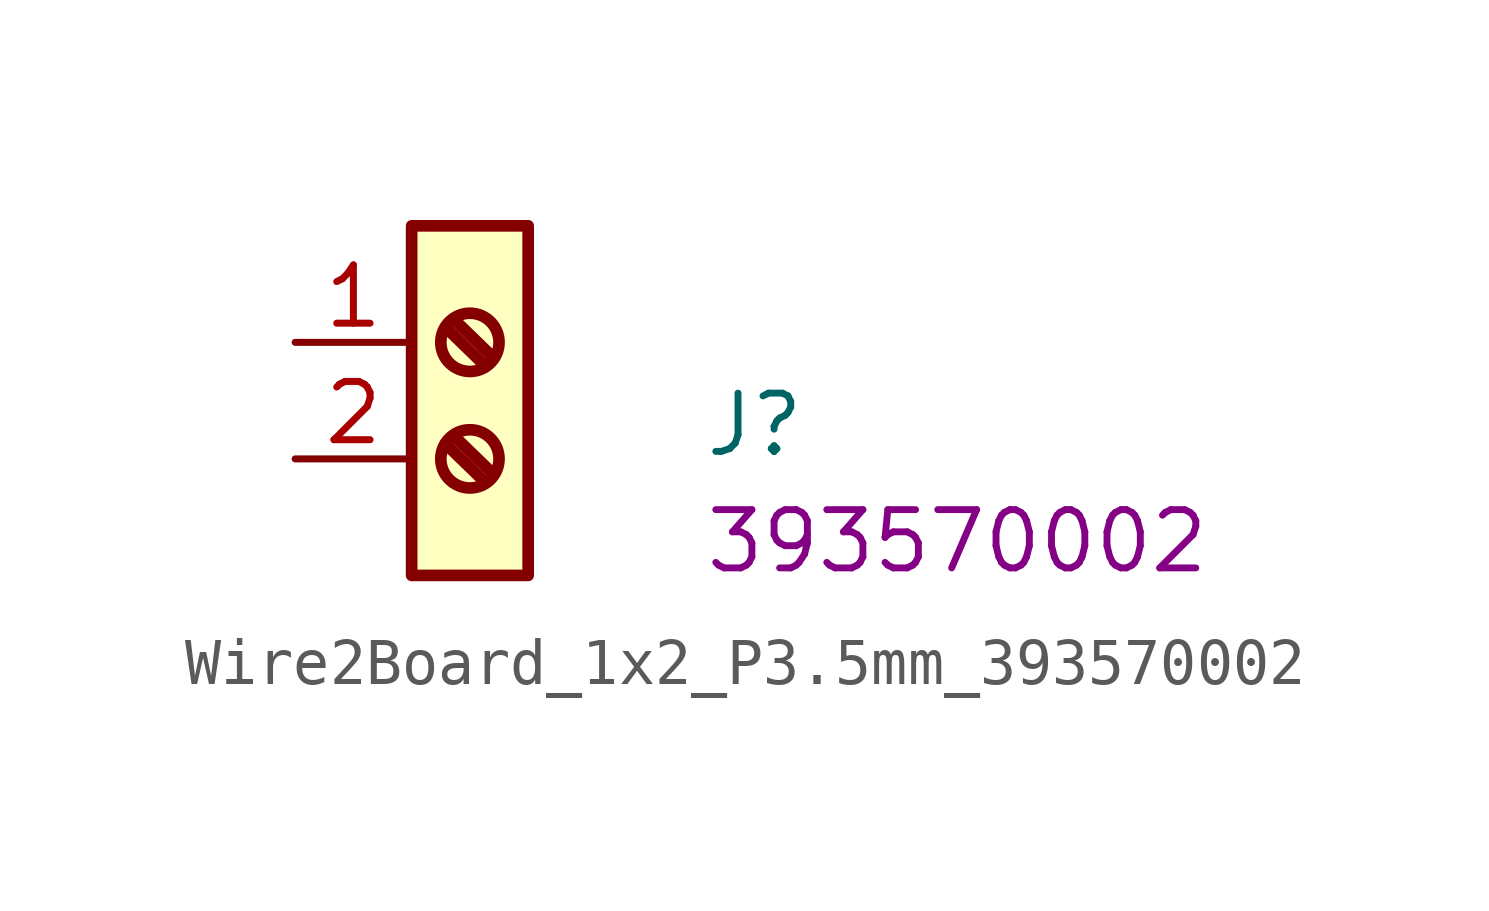
<source format=kicad_sym>
(kicad_symbol_lib
  (version 20220914)
  (generator kicad_symbol_editor)
  (symbol "Wire2Board_1x2_P3.5mm_393570002"
    (property "Reference" "J"
      (at 8.89 -2.54 0)
      (effects (font (size 1.27 1.27) (thickness 0.15)) (justify left bottom)))
    (property "MPN" "393570002"
      (at 8.89 -5.08 0)
      (effects (font (size 1.27 1.27) (thickness 0.15)) (justify left bottom)))
    (symbol "Wire2Board_1x2_P3.5mm_393570002_1_1"
      (polyline (pts (xy 3.277 -2.21) (xy 4.14 -3.048)) (stroke (width 0.254) (type default)) (fill (type background)))
      (polyline (pts (xy 3.277 0.33) (xy 4.14 -0.508)) (stroke (width 0.254) (type default)) (fill (type background)))
      (polyline (pts (xy 3.454 -2.032) (xy 4.318 -2.87)) (stroke (width 0.254) (type default)) (fill (type background)))
      (polyline (pts (xy 3.454 0.508) (xy 4.318 -0.33)) (stroke (width 0.254) (type default)) (fill (type background)))
      (rectangle (start 2.54 2.54) (end 5.08 -5.08) (stroke (width 0.254) (type default)) (fill (type background)))
      (circle (center 3.81 -2.54) (radius 0.635) (stroke (width 0.254) (type default)) (fill (type background)))
      (circle (center 3.81 0) (radius 0.635) (stroke (width 0.254) (type default)) (fill (type background)))
      (pin passive line (at 0 0 0) (length 2.54) (name "~" (effects (font (size 1.27 1.27)))) (number "1" (effects (font (size 1.27 1.27)))))
      (pin passive line (at 0 -2.54 0) (length 2.54) (name "~" (effects (font (size 1.27 1.27)))) (number "2" (effects (font (size 1.27 1.27))))))))
</source>
